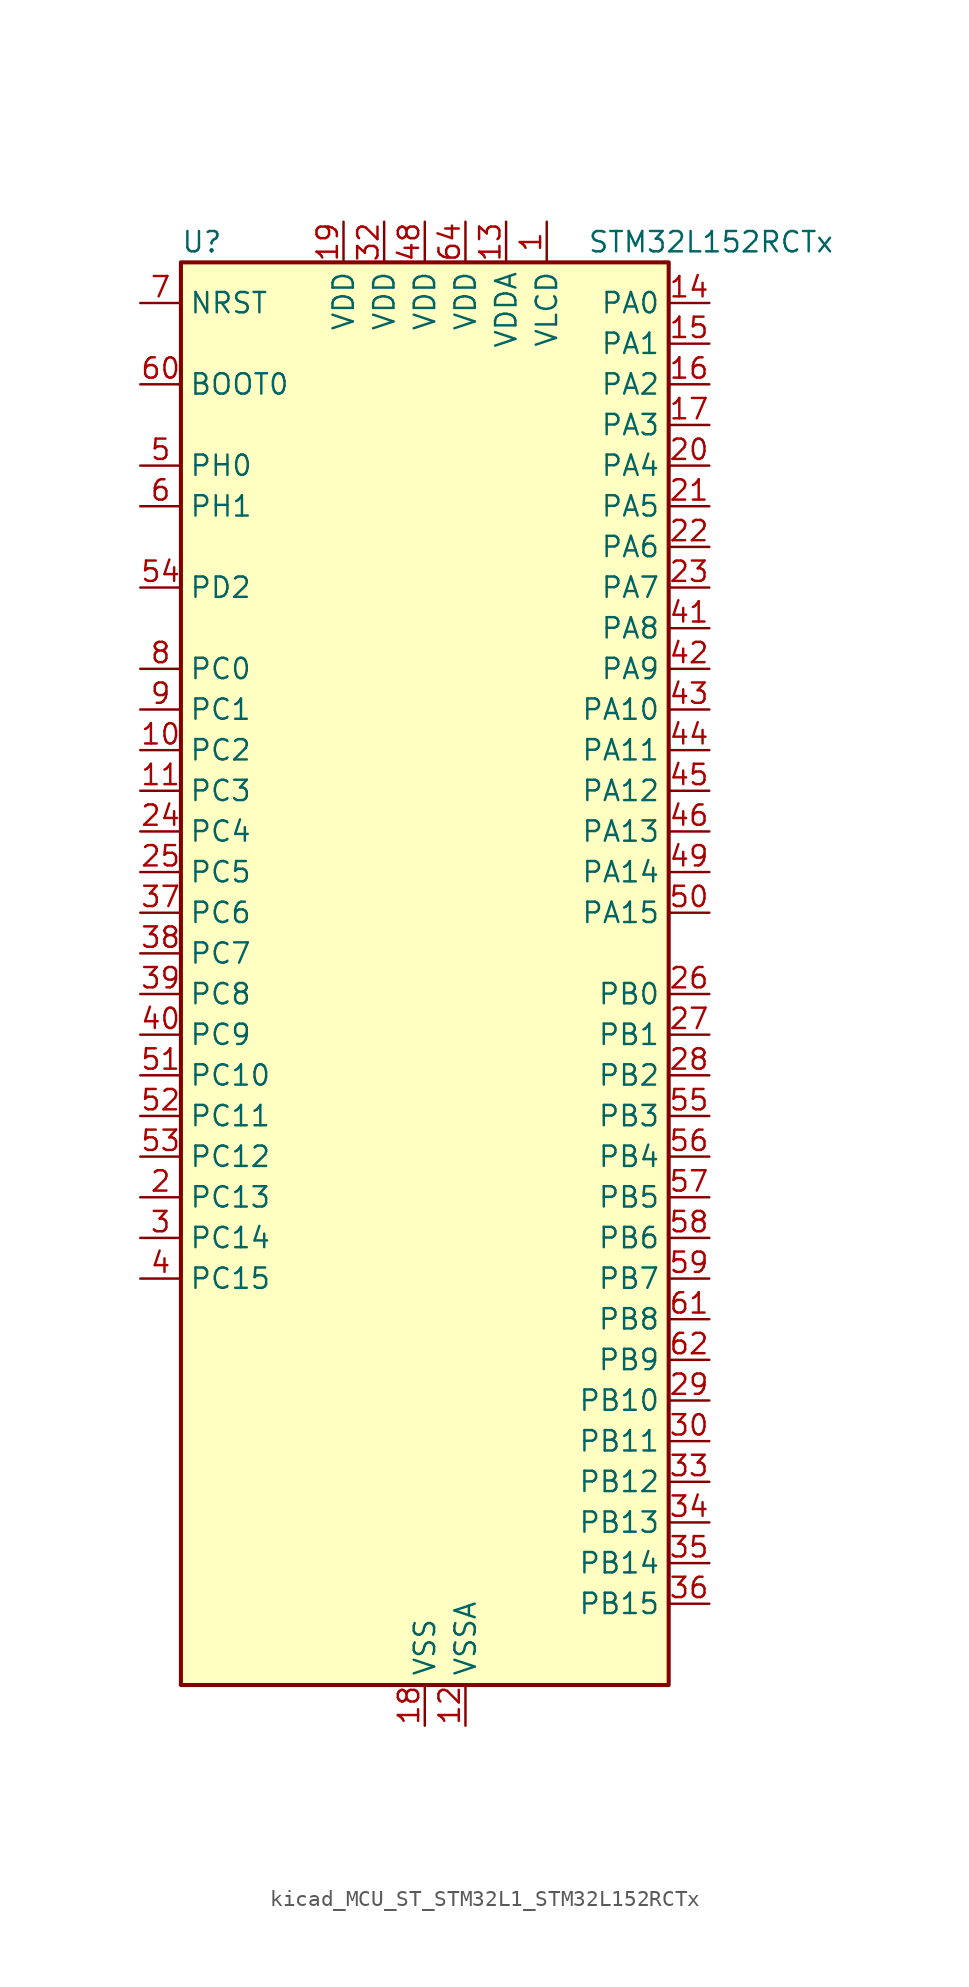
<source format=kicad_sym>
(kicad_symbol_lib
  (version 20220914)
  (generator kicad_symbol_editor)
  (symbol "kicad_MCU_ST_STM32L1_STM32L152RCTx"
    (property "Reference" "U"
      (at -15.24 46.99 0)
      (effects (font (size 1.27 1.27)) (justify left)))
    (property "Value" "STM32L152RCTx"
      (at 10.16 46.99 0)
      (effects (font (size 1.27 1.27)) (justify left)))
    (property "ki_locked" ""
      (at 0 0 0)
      (effects (font (size 1.27 1.27))))
    (symbol "kicad_MCU_ST_STM32L1_STM32L152RCTx_0_1"
      (rectangle (start -15.24 -43.18) (end 15.24 45.72) (stroke (width 0.254) (type default)) (fill (type background))))
    (symbol "kicad_MCU_ST_STM32L1_STM32L152RCTx_1_1"
      (pin power_in line (at 7.62 48.26 270) (length 2.54) (name "VLCD" (effects (font (size 1.27 1.27)))) (number "1" (effects (font (size 1.27 1.27)))))
      (pin bidirectional line (at -17.78 15.24 0) (length 2.54) (name "PC2" (effects (font (size 1.27 1.27)))) (number "10" (effects (font (size 1.27 1.27)))) (alternate "ADC_IN12" bidirectional line) (alternate "COMP1_INP" bidirectional line) (alternate "LCD_SEG20" bidirectional line) (alternate "TIMX_IC3" bidirectional line) (alternate "TS_G8_IO3" bidirectional line))
      (pin bidirectional line (at -17.78 12.7 0) (length 2.54) (name "PC3" (effects (font (size 1.27 1.27)))) (number "11" (effects (font (size 1.27 1.27)))) (alternate "ADC_IN13" bidirectional line) (alternate "COMP1_INP" bidirectional line) (alternate "LCD_SEG21" bidirectional line) (alternate "TIMX_IC4" bidirectional line) (alternate "TS_G8_IO4" bidirectional line))
      (pin power_in line (at 2.54 -45.72 90) (length 2.54) (name "VSSA" (effects (font (size 1.27 1.27)))) (number "12" (effects (font (size 1.27 1.27)))))
      (pin power_in line (at 5.08 48.26 270) (length 2.54) (name "VDDA" (effects (font (size 1.27 1.27)))) (number "13" (effects (font (size 1.27 1.27)))))
      (pin bidirectional line (at 17.78 43.18 180) (length 2.54) (name "PA0" (effects (font (size 1.27 1.27)))) (number "14" (effects (font (size 1.27 1.27)))) (alternate "ADC_IN0" bidirectional line) (alternate "COMP1_INP" bidirectional line) (alternate "RTC_TAMP2" bidirectional line) (alternate "SYS_WKUP1" bidirectional line) (alternate "TIM2_CH1" bidirectional line) (alternate "TIM2_ETR" bidirectional line) (alternate "TIM5_CH1" bidirectional line) (alternate "TIMX_IC1" bidirectional line) (alternate "TS_G1_IO1" bidirectional line) (alternate "USART2_CTS" bidirectional line))
      (pin bidirectional line (at 17.78 40.64 180) (length 2.54) (name "PA1" (effects (font (size 1.27 1.27)))) (number "15" (effects (font (size 1.27 1.27)))) (alternate "ADC_IN1" bidirectional line) (alternate "COMP1_INP" bidirectional line) (alternate "LCD_SEG0" bidirectional line) (alternate "OPAMP1_VINP" bidirectional line) (alternate "TIM2_CH2" bidirectional line) (alternate "TIM5_CH2" bidirectional line) (alternate "TIMX_IC2" bidirectional line) (alternate "TS_G1_IO2" bidirectional line) (alternate "USART2_RTS" bidirectional line))
      (pin bidirectional line (at 17.78 38.1 180) (length 2.54) (name "PA2" (effects (font (size 1.27 1.27)))) (number "16" (effects (font (size 1.27 1.27)))) (alternate "ADC_IN2" bidirectional line) (alternate "COMP1_INP" bidirectional line) (alternate "LCD_SEG1" bidirectional line) (alternate "OPAMP1_VINM" bidirectional line) (alternate "TIM2_CH3" bidirectional line) (alternate "TIM5_CH3" bidirectional line) (alternate "TIM9_CH1" bidirectional line) (alternate "TIMX_IC3" bidirectional line) (alternate "TS_G1_IO3" bidirectional line) (alternate "USART2_TX" bidirectional line))
      (pin bidirectional line (at 17.78 35.56 180) (length 2.54) (name "PA3" (effects (font (size 1.27 1.27)))) (number "17" (effects (font (size 1.27 1.27)))) (alternate "ADC_IN3" bidirectional line) (alternate "COMP1_INP" bidirectional line) (alternate "LCD_SEG2" bidirectional line) (alternate "OPAMP1_VOUT" bidirectional line) (alternate "TIM2_CH4" bidirectional line) (alternate "TIM5_CH4" bidirectional line) (alternate "TIM9_CH2" bidirectional line) (alternate "TIMX_IC4" bidirectional line) (alternate "TS_G1_IO4" bidirectional line) (alternate "USART2_RX" bidirectional line))
      (pin power_in line (at 0 -45.72 90) (length 2.54) (name "VSS" (effects (font (size 1.27 1.27)))) (number "18" (effects (font (size 1.27 1.27)))))
      (pin power_in line (at -5.08 48.26 270) (length 2.54) (name "VDD" (effects (font (size 1.27 1.27)))) (number "19" (effects (font (size 1.27 1.27)))))
      (pin bidirectional line (at -17.78 -12.7 0) (length 2.54) (name "PC13" (effects (font (size 1.27 1.27)))) (number "2" (effects (font (size 1.27 1.27)))) (alternate "RTC_OUT_ALARM" bidirectional line) (alternate "RTC_OUT_CALIB" bidirectional line) (alternate "RTC_TAMP1" bidirectional line) (alternate "RTC_TS" bidirectional line) (alternate "SYS_WKUP2" bidirectional line) (alternate "TIMX_IC2" bidirectional line))
      (pin bidirectional line (at 17.78 33.02 180) (length 2.54) (name "PA4" (effects (font (size 1.27 1.27)))) (number "20" (effects (font (size 1.27 1.27)))) (alternate "ADC_IN4" bidirectional line) (alternate "COMP1_INP" bidirectional line) (alternate "DAC_OUT1" bidirectional line) (alternate "I2S3_WS" bidirectional line) (alternate "SPI1_NSS" bidirectional line) (alternate "SPI3_NSS" bidirectional line) (alternate "TIMX_IC1" bidirectional line) (alternate "USART2_CK" bidirectional line))
      (pin bidirectional line (at 17.78 30.48 180) (length 2.54) (name "PA5" (effects (font (size 1.27 1.27)))) (number "21" (effects (font (size 1.27 1.27)))) (alternate "ADC_IN5" bidirectional line) (alternate "COMP1_INP" bidirectional line) (alternate "DAC_OUT2" bidirectional line) (alternate "SPI1_SCK" bidirectional line) (alternate "TIM2_CH1" bidirectional line) (alternate "TIM2_ETR" bidirectional line) (alternate "TIMX_IC2" bidirectional line))
      (pin bidirectional line (at 17.78 27.94 180) (length 2.54) (name "PA6" (effects (font (size 1.27 1.27)))) (number "22" (effects (font (size 1.27 1.27)))) (alternate "ADC_IN6" bidirectional line) (alternate "COMP1_INP" bidirectional line) (alternate "LCD_SEG3" bidirectional line) (alternate "OPAMP2_VINP" bidirectional line) (alternate "SPI1_MISO" bidirectional line) (alternate "TIM10_CH1" bidirectional line) (alternate "TIM3_CH1" bidirectional line) (alternate "TIMX_IC3" bidirectional line) (alternate "TS_G2_IO1" bidirectional line))
      (pin bidirectional line (at 17.78 25.4 180) (length 2.54) (name "PA7" (effects (font (size 1.27 1.27)))) (number "23" (effects (font (size 1.27 1.27)))) (alternate "ADC_IN7" bidirectional line) (alternate "COMP1_INP" bidirectional line) (alternate "LCD_SEG4" bidirectional line) (alternate "OPAMP2_VINM" bidirectional line) (alternate "SPI1_MOSI" bidirectional line) (alternate "TIM11_CH1" bidirectional line) (alternate "TIM3_CH2" bidirectional line) (alternate "TIMX_IC4" bidirectional line) (alternate "TS_G2_IO2" bidirectional line))
      (pin bidirectional line (at -17.78 10.16 0) (length 2.54) (name "PC4" (effects (font (size 1.27 1.27)))) (number "24" (effects (font (size 1.27 1.27)))) (alternate "ADC_IN14" bidirectional line) (alternate "COMP1_INP" bidirectional line) (alternate "LCD_SEG22" bidirectional line) (alternate "TIMX_IC1" bidirectional line) (alternate "TS_G9_IO1" bidirectional line))
      (pin bidirectional line (at -17.78 7.62 0) (length 2.54) (name "PC5" (effects (font (size 1.27 1.27)))) (number "25" (effects (font (size 1.27 1.27)))) (alternate "ADC_IN15" bidirectional line) (alternate "COMP1_INP" bidirectional line) (alternate "LCD_SEG23" bidirectional line) (alternate "TIMX_IC2" bidirectional line) (alternate "TS_G9_IO2" bidirectional line))
      (pin bidirectional line (at 17.78 0 180) (length 2.54) (name "PB0" (effects (font (size 1.27 1.27)))) (number "26" (effects (font (size 1.27 1.27)))) (alternate "ADC_IN8" bidirectional line) (alternate "COMP1_INP" bidirectional line) (alternate "LCD_SEG5" bidirectional line) (alternate "OPAMP2_VOUT" bidirectional line) (alternate "SYS_V_REF_OUT" bidirectional line) (alternate "TIM3_CH3" bidirectional line) (alternate "TS_G3_IO1" bidirectional line))
      (pin bidirectional line (at 17.78 -2.54 180) (length 2.54) (name "PB1" (effects (font (size 1.27 1.27)))) (number "27" (effects (font (size 1.27 1.27)))) (alternate "ADC_IN9" bidirectional line) (alternate "COMP1_INP" bidirectional line) (alternate "LCD_SEG6" bidirectional line) (alternate "SYS_V_REF_OUT" bidirectional line) (alternate "TIM3_CH4" bidirectional line) (alternate "TS_G3_IO2" bidirectional line))
      (pin bidirectional line (at 17.78 -5.08 180) (length 2.54) (name "PB2" (effects (font (size 1.27 1.27)))) (number "28" (effects (font (size 1.27 1.27)))) (alternate "TS_G3_IO3" bidirectional line))
      (pin bidirectional line (at 17.78 -25.4 180) (length 2.54) (name "PB10" (effects (font (size 1.27 1.27)))) (number "29" (effects (font (size 1.27 1.27)))) (alternate "I2C2_SCL" bidirectional line) (alternate "LCD_SEG10" bidirectional line) (alternate "TIM2_CH3" bidirectional line) (alternate "USART3_TX" bidirectional line))
      (pin bidirectional line (at -17.78 -15.24 0) (length 2.54) (name "PC14" (effects (font (size 1.27 1.27)))) (number "3" (effects (font (size 1.27 1.27)))) (alternate "RCC_OSC32_IN" bidirectional line) (alternate "TIMX_IC3" bidirectional line))
      (pin bidirectional line (at 17.78 -27.94 180) (length 2.54) (name "PB11" (effects (font (size 1.27 1.27)))) (number "30" (effects (font (size 1.27 1.27)))) (alternate "ADC_EXTI11" bidirectional line) (alternate "I2C2_SDA" bidirectional line) (alternate "LCD_SEG11" bidirectional line) (alternate "TIM2_CH4" bidirectional line) (alternate "USART3_RX" bidirectional line))
      (pin passive line (at 0 -45.72 90) (length 2.54) hide (name "VSS" (effects (font (size 1.27 1.27)))) (number "31" (effects (font (size 1.27 1.27)))))
      (pin power_in line (at -2.54 48.26 270) (length 2.54) (name "VDD" (effects (font (size 1.27 1.27)))) (number "32" (effects (font (size 1.27 1.27)))))
      (pin bidirectional line (at 17.78 -30.48 180) (length 2.54) (name "PB12" (effects (font (size 1.27 1.27)))) (number "33" (effects (font (size 1.27 1.27)))) (alternate "ADC_IN18" bidirectional line) (alternate "COMP1_INP" bidirectional line) (alternate "I2C2_SMBA" bidirectional line) (alternate "I2S2_WS" bidirectional line) (alternate "LCD_SEG12" bidirectional line) (alternate "SPI2_NSS" bidirectional line) (alternate "TIM10_CH1" bidirectional line) (alternate "TS_G7_IO1" bidirectional line) (alternate "USART3_CK" bidirectional line))
      (pin bidirectional line (at 17.78 -33.02 180) (length 2.54) (name "PB13" (effects (font (size 1.27 1.27)))) (number "34" (effects (font (size 1.27 1.27)))) (alternate "ADC_IN19" bidirectional line) (alternate "COMP1_INP" bidirectional line) (alternate "I2S2_CK" bidirectional line) (alternate "LCD_SEG13" bidirectional line) (alternate "SPI2_SCK" bidirectional line) (alternate "TIM9_CH1" bidirectional line) (alternate "TS_G7_IO2" bidirectional line) (alternate "USART3_CTS" bidirectional line))
      (pin bidirectional line (at 17.78 -35.56 180) (length 2.54) (name "PB14" (effects (font (size 1.27 1.27)))) (number "35" (effects (font (size 1.27 1.27)))) (alternate "ADC_IN20" bidirectional line) (alternate "COMP1_INP" bidirectional line) (alternate "LCD_SEG14" bidirectional line) (alternate "SPI2_MISO" bidirectional line) (alternate "TIM9_CH2" bidirectional line) (alternate "TS_G7_IO3" bidirectional line) (alternate "USART3_RTS" bidirectional line))
      (pin bidirectional line (at 17.78 -38.1 180) (length 2.54) (name "PB15" (effects (font (size 1.27 1.27)))) (number "36" (effects (font (size 1.27 1.27)))) (alternate "ADC_EXTI15" bidirectional line) (alternate "ADC_IN21" bidirectional line) (alternate "COMP1_INP" bidirectional line) (alternate "I2S2_SD" bidirectional line) (alternate "LCD_SEG15" bidirectional line) (alternate "RTC_REFIN" bidirectional line) (alternate "SPI2_MOSI" bidirectional line) (alternate "TIM11_CH1" bidirectional line) (alternate "TS_G7_IO4" bidirectional line))
      (pin bidirectional line (at -17.78 5.08 0) (length 2.54) (name "PC6" (effects (font (size 1.27 1.27)))) (number "37" (effects (font (size 1.27 1.27)))) (alternate "I2S2_MCK" bidirectional line) (alternate "LCD_SEG24" bidirectional line) (alternate "TIM3_CH1" bidirectional line) (alternate "TIMX_IC3" bidirectional line) (alternate "TS_G10_IO1" bidirectional line))
      (pin bidirectional line (at -17.78 2.54 0) (length 2.54) (name "PC7" (effects (font (size 1.27 1.27)))) (number "38" (effects (font (size 1.27 1.27)))) (alternate "I2S3_MCK" bidirectional line) (alternate "LCD_SEG25" bidirectional line) (alternate "TIM3_CH2" bidirectional line) (alternate "TIMX_IC4" bidirectional line) (alternate "TS_G10_IO2" bidirectional line))
      (pin bidirectional line (at -17.78 0 0) (length 2.54) (name "PC8" (effects (font (size 1.27 1.27)))) (number "39" (effects (font (size 1.27 1.27)))) (alternate "LCD_SEG26" bidirectional line) (alternate "TIM3_CH3" bidirectional line) (alternate "TIMX_IC1" bidirectional line) (alternate "TS_G10_IO3" bidirectional line))
      (pin bidirectional line (at -17.78 -17.78 0) (length 2.54) (name "PC15" (effects (font (size 1.27 1.27)))) (number "4" (effects (font (size 1.27 1.27)))) (alternate "ADC_EXTI15" bidirectional line) (alternate "RCC_OSC32_OUT" bidirectional line) (alternate "TIMX_IC4" bidirectional line))
      (pin bidirectional line (at -17.78 -2.54 0) (length 2.54) (name "PC9" (effects (font (size 1.27 1.27)))) (number "40" (effects (font (size 1.27 1.27)))) (alternate "DAC_EXTI9" bidirectional line) (alternate "LCD_SEG27" bidirectional line) (alternate "TIM3_CH4" bidirectional line) (alternate "TIMX_IC2" bidirectional line) (alternate "TS_G10_IO4" bidirectional line))
      (pin bidirectional line (at 17.78 22.86 180) (length 2.54) (name "PA8" (effects (font (size 1.27 1.27)))) (number "41" (effects (font (size 1.27 1.27)))) (alternate "LCD_COM0" bidirectional line) (alternate "RCC_MCO" bidirectional line) (alternate "TIMX_IC1" bidirectional line) (alternate "TS_G4_IO1" bidirectional line) (alternate "USART1_CK" bidirectional line))
      (pin bidirectional line (at 17.78 20.32 180) (length 2.54) (name "PA9" (effects (font (size 1.27 1.27)))) (number "42" (effects (font (size 1.27 1.27)))) (alternate "DAC_EXTI9" bidirectional line) (alternate "LCD_COM1" bidirectional line) (alternate "TIMX_IC2" bidirectional line) (alternate "TS_G4_IO2" bidirectional line) (alternate "USART1_TX" bidirectional line))
      (pin bidirectional line (at 17.78 17.78 180) (length 2.54) (name "PA10" (effects (font (size 1.27 1.27)))) (number "43" (effects (font (size 1.27 1.27)))) (alternate "LCD_COM2" bidirectional line) (alternate "TIMX_IC3" bidirectional line) (alternate "TS_G4_IO3" bidirectional line) (alternate "USART1_RX" bidirectional line))
      (pin bidirectional line (at 17.78 15.24 180) (length 2.54) (name "PA11" (effects (font (size 1.27 1.27)))) (number "44" (effects (font (size 1.27 1.27)))) (alternate "ADC_EXTI11" bidirectional line) (alternate "SPI1_MISO" bidirectional line) (alternate "TIMX_IC4" bidirectional line) (alternate "USART1_CTS" bidirectional line) (alternate "USB_DM" bidirectional line))
      (pin bidirectional line (at 17.78 12.7 180) (length 2.54) (name "PA12" (effects (font (size 1.27 1.27)))) (number "45" (effects (font (size 1.27 1.27)))) (alternate "SPI1_MOSI" bidirectional line) (alternate "TIMX_IC1" bidirectional line) (alternate "USART1_RTS" bidirectional line) (alternate "USB_DP" bidirectional line))
      (pin bidirectional line (at 17.78 10.16 180) (length 2.54) (name "PA13" (effects (font (size 1.27 1.27)))) (number "46" (effects (font (size 1.27 1.27)))) (alternate "SYS_JTMS-SWDIO" bidirectional line) (alternate "TIMX_IC2" bidirectional line) (alternate "TS_G5_IO1" bidirectional line))
      (pin passive line (at 0 -45.72 90) (length 2.54) hide (name "VSS" (effects (font (size 1.27 1.27)))) (number "47" (effects (font (size 1.27 1.27)))))
      (pin power_in line (at 0 48.26 270) (length 2.54) (name "VDD" (effects (font (size 1.27 1.27)))) (number "48" (effects (font (size 1.27 1.27)))))
      (pin bidirectional line (at 17.78 7.62 180) (length 2.54) (name "PA14" (effects (font (size 1.27 1.27)))) (number "49" (effects (font (size 1.27 1.27)))) (alternate "SYS_JTCK-SWCLK" bidirectional line) (alternate "TIMX_IC3" bidirectional line) (alternate "TS_G5_IO2" bidirectional line))
      (pin bidirectional line (at -17.78 33.02 0) (length 2.54) (name "PH0" (effects (font (size 1.27 1.27)))) (number "5" (effects (font (size 1.27 1.27)))) (alternate "RCC_OSC_IN" bidirectional line))
      (pin bidirectional line (at 17.78 5.08 180) (length 2.54) (name "PA15" (effects (font (size 1.27 1.27)))) (number "50" (effects (font (size 1.27 1.27)))) (alternate "ADC_EXTI15" bidirectional line) (alternate "I2S3_WS" bidirectional line) (alternate "LCD_SEG17" bidirectional line) (alternate "SPI1_NSS" bidirectional line) (alternate "SPI3_NSS" bidirectional line) (alternate "SYS_JTDI" bidirectional line) (alternate "TIM2_CH1" bidirectional line) (alternate "TIM2_ETR" bidirectional line) (alternate "TIMX_IC4" bidirectional line) (alternate "TS_G5_IO3" bidirectional line))
      (pin bidirectional line (at -17.78 -5.08 0) (length 2.54) (name "PC10" (effects (font (size 1.27 1.27)))) (number "51" (effects (font (size 1.27 1.27)))) (alternate "I2S3_CK" bidirectional line) (alternate "LCD_COM4" bidirectional line) (alternate "LCD_SEG28" bidirectional line) (alternate "SPI3_SCK" bidirectional line) (alternate "TIMX_IC3" bidirectional line) (alternate "USART3_TX" bidirectional line))
      (pin bidirectional line (at -17.78 -7.62 0) (length 2.54) (name "PC11" (effects (font (size 1.27 1.27)))) (number "52" (effects (font (size 1.27 1.27)))) (alternate "ADC_EXTI11" bidirectional line) (alternate "LCD_COM5" bidirectional line) (alternate "LCD_SEG29" bidirectional line) (alternate "SPI3_MISO" bidirectional line) (alternate "TIMX_IC4" bidirectional line) (alternate "USART3_RX" bidirectional line))
      (pin bidirectional line (at -17.78 -10.16 0) (length 2.54) (name "PC12" (effects (font (size 1.27 1.27)))) (number "53" (effects (font (size 1.27 1.27)))) (alternate "I2S3_SD" bidirectional line) (alternate "LCD_COM6" bidirectional line) (alternate "LCD_SEG30" bidirectional line) (alternate "SPI3_MOSI" bidirectional line) (alternate "TIMX_IC1" bidirectional line) (alternate "USART3_CK" bidirectional line))
      (pin bidirectional line (at -17.78 25.4 0) (length 2.54) (name "PD2" (effects (font (size 1.27 1.27)))) (number "54" (effects (font (size 1.27 1.27)))) (alternate "LCD_COM7" bidirectional line) (alternate "LCD_SEG31" bidirectional line) (alternate "TIM3_ETR" bidirectional line) (alternate "TIMX_IC3" bidirectional line))
      (pin bidirectional line (at 17.78 -7.62 180) (length 2.54) (name "PB3" (effects (font (size 1.27 1.27)))) (number "55" (effects (font (size 1.27 1.27)))) (alternate "COMP2_INM" bidirectional line) (alternate "I2S3_CK" bidirectional line) (alternate "LCD_SEG7" bidirectional line) (alternate "SPI1_SCK" bidirectional line) (alternate "SPI3_SCK" bidirectional line) (alternate "SYS_JTDO-TRACESWO" bidirectional line) (alternate "TIM2_CH2" bidirectional line))
      (pin bidirectional line (at 17.78 -10.16 180) (length 2.54) (name "PB4" (effects (font (size 1.27 1.27)))) (number "56" (effects (font (size 1.27 1.27)))) (alternate "COMP2_INP" bidirectional line) (alternate "LCD_SEG8" bidirectional line) (alternate "SPI1_MISO" bidirectional line) (alternate "SPI3_MISO" bidirectional line) (alternate "SYS_JTRST" bidirectional line) (alternate "TIM3_CH1" bidirectional line) (alternate "TS_G6_IO1" bidirectional line))
      (pin bidirectional line (at 17.78 -12.7 180) (length 2.54) (name "PB5" (effects (font (size 1.27 1.27)))) (number "57" (effects (font (size 1.27 1.27)))) (alternate "COMP2_INP" bidirectional line) (alternate "I2C1_SMBA" bidirectional line) (alternate "I2S3_SD" bidirectional line) (alternate "LCD_SEG9" bidirectional line) (alternate "SPI1_MOSI" bidirectional line) (alternate "SPI3_MOSI" bidirectional line) (alternate "TIM3_CH2" bidirectional line) (alternate "TS_G6_IO2" bidirectional line))
      (pin bidirectional line (at 17.78 -15.24 180) (length 2.54) (name "PB6" (effects (font (size 1.27 1.27)))) (number "58" (effects (font (size 1.27 1.27)))) (alternate "COMP2_INP" bidirectional line) (alternate "I2C1_SCL" bidirectional line) (alternate "TIM4_CH1" bidirectional line) (alternate "TS_G6_IO3" bidirectional line) (alternate "USART1_TX" bidirectional line))
      (pin bidirectional line (at 17.78 -17.78 180) (length 2.54) (name "PB7" (effects (font (size 1.27 1.27)))) (number "59" (effects (font (size 1.27 1.27)))) (alternate "COMP2_INP" bidirectional line) (alternate "I2C1_SDA" bidirectional line) (alternate "SYS_PVD_IN" bidirectional line) (alternate "TIM4_CH2" bidirectional line) (alternate "TS_G6_IO4" bidirectional line) (alternate "USART1_RX" bidirectional line))
      (pin bidirectional line (at -17.78 30.48 0) (length 2.54) (name "PH1" (effects (font (size 1.27 1.27)))) (number "6" (effects (font (size 1.27 1.27)))) (alternate "RCC_OSC_OUT" bidirectional line))
      (pin input line (at -17.78 38.1 0) (length 2.54) (name "BOOT0" (effects (font (size 1.27 1.27)))) (number "60" (effects (font (size 1.27 1.27)))))
      (pin bidirectional line (at 17.78 -20.32 180) (length 2.54) (name "PB8" (effects (font (size 1.27 1.27)))) (number "61" (effects (font (size 1.27 1.27)))) (alternate "I2C1_SCL" bidirectional line) (alternate "LCD_SEG16" bidirectional line) (alternate "TIM10_CH1" bidirectional line) (alternate "TIM4_CH3" bidirectional line))
      (pin bidirectional line (at 17.78 -22.86 180) (length 2.54) (name "PB9" (effects (font (size 1.27 1.27)))) (number "62" (effects (font (size 1.27 1.27)))) (alternate "DAC_EXTI9" bidirectional line) (alternate "I2C1_SDA" bidirectional line) (alternate "LCD_COM3" bidirectional line) (alternate "TIM11_CH1" bidirectional line) (alternate "TIM4_CH4" bidirectional line))
      (pin passive line (at 0 -45.72 90) (length 2.54) hide (name "VSS" (effects (font (size 1.27 1.27)))) (number "63" (effects (font (size 1.27 1.27)))))
      (pin power_in line (at 2.54 48.26 270) (length 2.54) (name "VDD" (effects (font (size 1.27 1.27)))) (number "64" (effects (font (size 1.27 1.27)))))
      (pin input line (at -17.78 43.18 0) (length 2.54) (name "NRST" (effects (font (size 1.27 1.27)))) (number "7" (effects (font (size 1.27 1.27)))))
      (pin bidirectional line (at -17.78 20.32 0) (length 2.54) (name "PC0" (effects (font (size 1.27 1.27)))) (number "8" (effects (font (size 1.27 1.27)))) (alternate "ADC_IN10" bidirectional line) (alternate "COMP1_INP" bidirectional line) (alternate "LCD_SEG18" bidirectional line) (alternate "TIMX_IC1" bidirectional line) (alternate "TS_G8_IO1" bidirectional line))
      (pin bidirectional line (at -17.78 17.78 0) (length 2.54) (name "PC1" (effects (font (size 1.27 1.27)))) (number "9" (effects (font (size 1.27 1.27)))) (alternate "ADC_IN11" bidirectional line) (alternate "COMP1_INP" bidirectional line) (alternate "LCD_SEG19" bidirectional line) (alternate "TIMX_IC2" bidirectional line) (alternate "TS_G8_IO2" bidirectional line)))))
</source>
